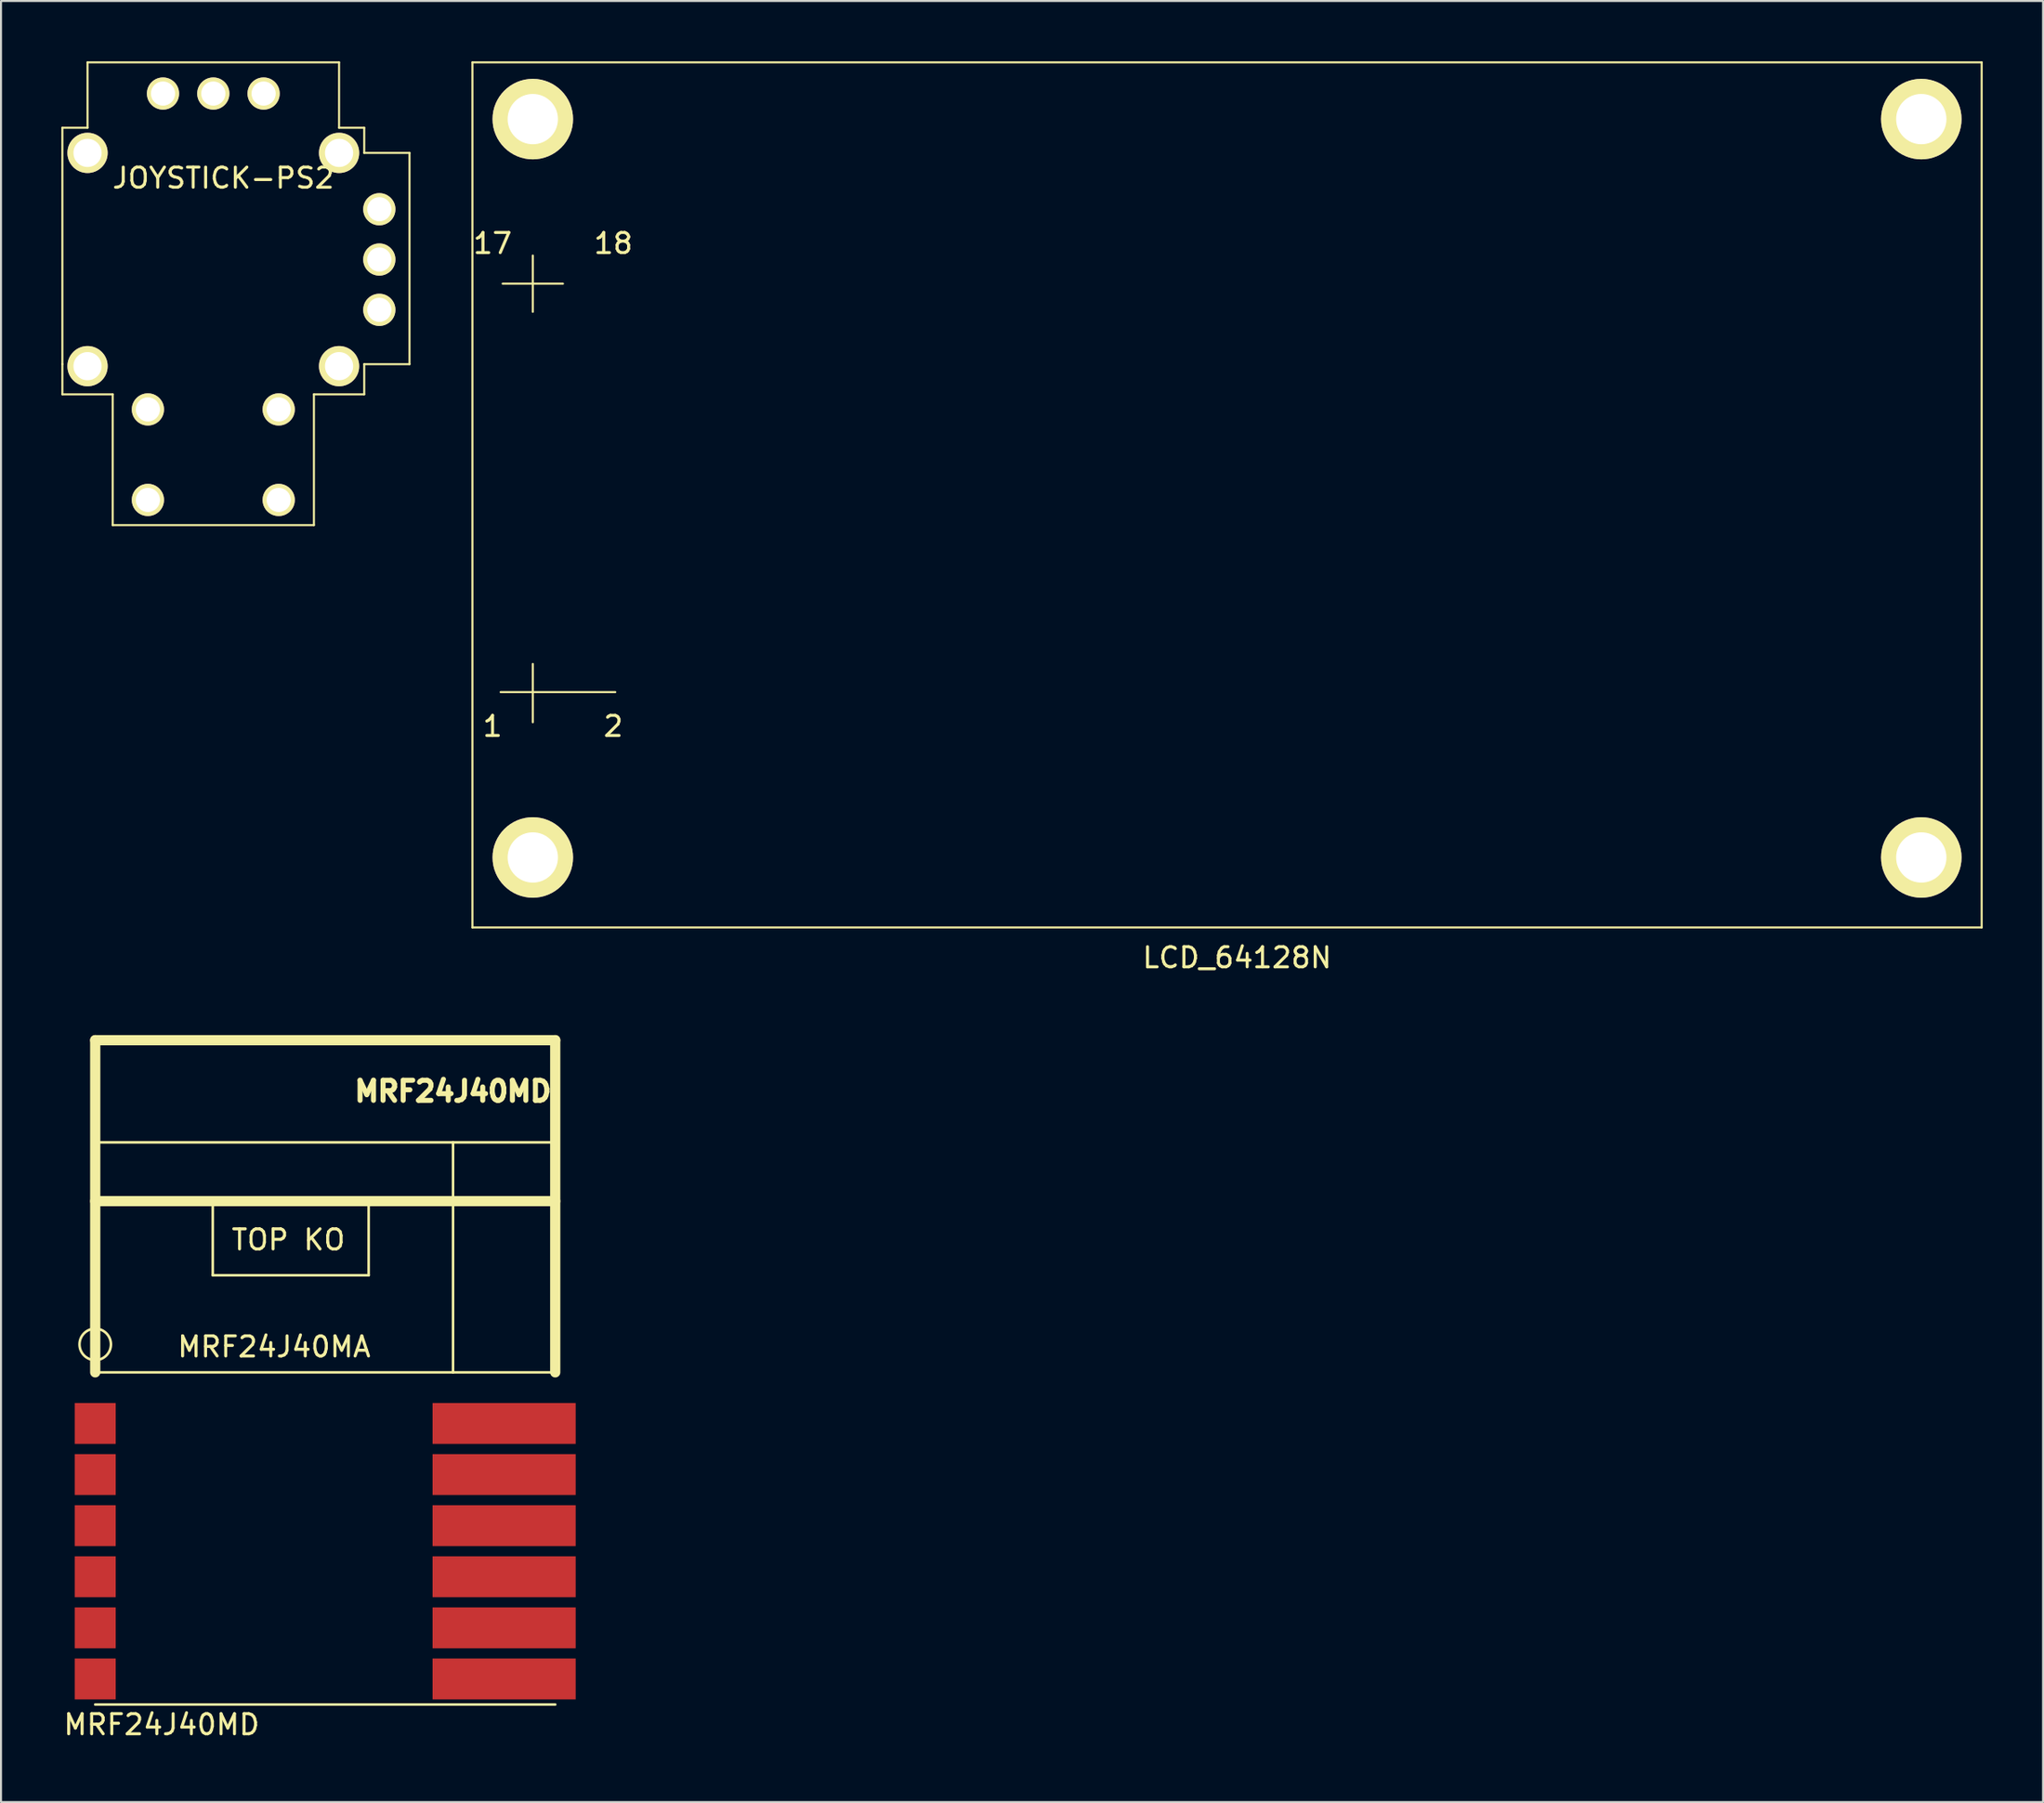
<source format=kicad_pcb>
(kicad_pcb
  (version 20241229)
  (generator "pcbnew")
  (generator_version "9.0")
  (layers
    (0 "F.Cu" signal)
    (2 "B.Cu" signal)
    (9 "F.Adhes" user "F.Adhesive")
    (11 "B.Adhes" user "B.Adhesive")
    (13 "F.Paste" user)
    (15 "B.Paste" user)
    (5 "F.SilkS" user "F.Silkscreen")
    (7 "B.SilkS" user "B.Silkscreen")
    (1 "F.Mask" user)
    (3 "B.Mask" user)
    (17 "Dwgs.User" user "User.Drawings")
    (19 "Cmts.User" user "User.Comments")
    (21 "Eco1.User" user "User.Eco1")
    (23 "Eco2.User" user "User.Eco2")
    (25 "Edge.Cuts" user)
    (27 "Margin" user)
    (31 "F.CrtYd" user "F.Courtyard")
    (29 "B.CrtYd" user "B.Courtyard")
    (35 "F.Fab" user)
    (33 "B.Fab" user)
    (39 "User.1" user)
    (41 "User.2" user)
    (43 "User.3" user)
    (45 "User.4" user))
  (footprint "MRF24J40MD"
    (layer "F.Cu")
    (at 1.682 81.672)
    (property "Reference" "MRF24J40MD" (at 3.3 1 0) (layer "F.SilkS") (effects (font (size 1 1) (thickness 0.15))))
    (attr through_hole)
    (fp_line (start 0 -33.02) (end 0 -16.51) (stroke (width 0.508) (type solid)) (layer "F.SilkS"))
    (fp_line (start 0 -33.02) (end 22.86 -33.02) (stroke (width 0.508) (type solid)) (layer "F.SilkS"))
    (fp_line (start 0 -27.94) (end 22.86 -27.94) (stroke (width 0.127) (type solid)) (layer "F.SilkS"))
    (fp_line (start 0 -25.019) (end 22.86 -25.019) (stroke (width 0.508) (type solid)) (layer "F.SilkS"))
    (fp_line (start 0 -16.51) (end 22.86 -16.51) (stroke (width 0.127) (type solid)) (layer "F.SilkS"))
    (fp_line (start 0 0) (end 22.86 0) (stroke (width 0.127) (type solid)) (layer "F.SilkS"))
    (fp_line (start 5.842 -25.019) (end 5.842 -21.336) (stroke (width 0.127) (type solid)) (layer "F.SilkS"))
    (fp_line (start 5.842 -21.336) (end 13.589 -21.336) (stroke (width 0.127) (type solid)) (layer "F.SilkS"))
    (fp_line (start 13.589 -25.019) (end 13.589 -21.336) (stroke (width 0.127) (type solid)) (layer "F.SilkS"))
    (fp_line (start 17.78 -27.94) (end 17.78 -16.51) (stroke (width 0.127) (type solid)) (layer "F.SilkS"))
    (fp_line (start 22.86 -33.02) (end 22.86 -16.51) (stroke (width 0.508) (type solid)) (layer "F.SilkS"))
    (fp_circle (center 0 -17.9) (end 0.6 -17.4) (stroke (width 0.127) (type solid)) (fill no) (layer "F.SilkS"))
    (fp_text user "MRF24J40MA" (at 8.89 -17.78 0) (layer "F.SilkS") (effects (font (size 1 1) (thickness 0.15))))
    (fp_text user "MRF24J40MD" (at 17.78 -30.48 0) (layer "F.SilkS") (effects (font (size 1 1) (thickness 0.25))))
    (fp_text user "TOP KO" (at 9.6 -23.1 0) (layer "F.SilkS") (effects (font (size 1 1) (thickness 0.15))))
    (pad "1" smd rect (at 0 -13.97) (size 2.032 2.032) (layers "F.Cu" "F.Mask" "F.Paste"))
    (pad "2" smd rect (at 0 -11.43) (size 2.032 2.032) (layers "F.Cu" "F.Mask" "F.Paste"))
    (pad "3" smd rect (at 0 -8.89) (size 2.032 2.032) (layers "F.Cu" "F.Mask" "F.Paste"))
    (pad "4" smd rect (at 0 -6.35) (size 2.032 2.032) (layers "F.Cu" "F.Mask" "F.Paste"))
    (pad "5" smd rect (at 0 -3.81) (size 2.032 2.032) (layers "F.Cu" "F.Mask" "F.Paste"))
    (pad "6" smd rect (at 0 -1.27) (size 2.032 2.032) (layers "F.Cu" "F.Mask" "F.Paste"))
    (pad "7" smd rect (at 20.32 -1.27) (size 7.112 2.032) (layers "F.Cu" "F.Mask" "F.Paste"))
    (pad "8" smd rect (at 20.32 -3.81) (size 7.112 2.032) (layers "F.Cu" "F.Mask" "F.Paste"))
    (pad "9" smd rect (at 20.32 -6.35) (size 7.112 2.032) (layers "F.Cu" "F.Mask" "F.Paste"))
    (pad "10" smd rect (at 20.32 -8.89) (size 7.112 2.032) (layers "F.Cu" "F.Mask" "F.Paste"))
    (pad "11" smd rect (at 20.32 -11.43) (size 7.112 2.032) (layers "F.Cu" "F.Mask" "F.Paste"))
    (pad "12" smd rect (at 20.32 -13.97) (size 7.112 2.032) (layers "F.Cu" "F.Mask" "F.Paste")))
  (footprint "JOYSTICK-PS2"
    (layer "F.Cu")
    (at 1.3 4.55)
    (property "Reference" "JOYSTICK-PS2" (at 6.75 1.25 0) (layer "F.SilkS") (effects (font (size 1 1) (thickness 0.15))))
    (attr through_hole)
    (fp_line (start -1.25 -1.25) (end 0 -1.25) (stroke (width 0.1) (type solid)) (layer "F.SilkS"))
    (fp_line (start -1.25 10.5) (end -1.25 -1.25) (stroke (width 0.1) (type solid)) (layer "F.SilkS"))
    (fp_line (start -1.25 12) (end -1.25 10.5) (stroke (width 0.1) (type solid)) (layer "F.SilkS"))
    (fp_line (start 0 -4.5) (end 12.5 -4.5) (stroke (width 0.1) (type solid)) (layer "F.SilkS"))
    (fp_line (start 0 -1.25) (end 0 -4.5) (stroke (width 0.1) (type solid)) (layer "F.SilkS"))
    (fp_line (start 1.25 12) (end -1.25 12) (stroke (width 0.1) (type solid)) (layer "F.SilkS"))
    (fp_line (start 1.25 18.5) (end 1.25 12) (stroke (width 0.1) (type solid)) (layer "F.SilkS"))
    (fp_line (start 11.25 12) (end 11.25 18.5) (stroke (width 0.1) (type solid)) (layer "F.SilkS"))
    (fp_line (start 11.25 18.5) (end 1.25 18.5) (stroke (width 0.1) (type solid)) (layer "F.SilkS"))
    (fp_line (start 12.5 -4.5) (end 12.5 -1.25) (stroke (width 0.1) (type solid)) (layer "F.SilkS"))
    (fp_line (start 12.5 -1.25) (end 13.75 -1.25) (stroke (width 0.1) (type solid)) (layer "F.SilkS"))
    (fp_line (start 13.75 -1.25) (end 13.75 0) (stroke (width 0.1) (type solid)) (layer "F.SilkS"))
    (fp_line (start 13.75 0) (end 16 0) (stroke (width 0.1) (type solid)) (layer "F.SilkS"))
    (fp_line (start 13.75 10.5) (end 13.75 12) (stroke (width 0.1) (type solid)) (layer "F.SilkS"))
    (fp_line (start 13.75 12) (end 11.25 12) (stroke (width 0.1) (type solid)) (layer "F.SilkS"))
    (fp_line (start 16 0) (end 16 10.5) (stroke (width 0.1) (type solid)) (layer "F.SilkS"))
    (fp_line (start 16 10.5) (end 13.75 10.5) (stroke (width 0.1) (type solid)) (layer "F.SilkS"))
    (pad "1" thru_hole circle (at 3.75 -2.95) (size 1.6 1.6) (drill 1.2) (layers "*.Cu" "*.Mask" "F.SilkS"))
    (pad "2" thru_hole circle (at 6.25 -2.95) (size 1.6 1.6) (drill 1.2) (layers "*.Cu" "*.Mask" "F.SilkS"))
    (pad "3" thru_hole circle (at 8.75 -2.95) (size 1.6 1.6) (drill 1.2) (layers "*.Cu" "*.Mask" "F.SilkS"))
    (pad "4" thru_hole circle (at 14.5 2.8) (size 1.6 1.6) (drill 1.2) (layers "*.Cu" "*.Mask" "F.SilkS"))
    (pad "5" thru_hole circle (at 14.5 5.3) (size 1.6 1.6) (drill 1.2) (layers "*.Cu" "*.Mask" "F.SilkS"))
    (pad "6" thru_hole circle (at 14.5 7.8) (size 1.6 1.6) (drill 1.2) (layers "*.Cu" "*.Mask" "F.SilkS"))
    (pad "7" thru_hole circle (at 3 12.75) (size 1.6 1.6) (drill 1.2) (layers "*.Cu" "*.Mask" "F.SilkS"))
    (pad "8" thru_hole circle (at 9.5 12.75) (size 1.6 1.6) (drill 1.2) (layers "*.Cu" "*.Mask" "F.SilkS"))
    (pad "9" thru_hole circle (at 3 17.25) (size 1.6 1.6) (drill 1.2) (layers "*.Cu" "*.Mask" "F.SilkS"))
    (pad "10" thru_hole circle (at 9.5 17.25) (size 1.6 1.6) (drill 1.2) (layers "*.Cu" "*.Mask" "F.SilkS"))
    (pad "11" thru_hole circle (at 0 0) (size 2 2) (drill 1.4) (layers "*.Cu" "*.Mask" "F.SilkS"))
    (pad "12" thru_hole circle (at 12.5 0) (size 2 2) (drill 1.4) (layers "*.Cu" "*.Mask" "F.SilkS"))
    (pad "13" thru_hole circle (at 0 10.6) (size 2 2) (drill 1.4) (layers "*.Cu" "*.Mask" "F.SilkS"))
    (pad "14" thru_hole circle (at 12.5 10.6) (size 2 2) (drill 1.4) (layers "*.Cu" "*.Mask" "F.SilkS")))
  (footprint "LCD_64128N"
    (layer "F.Cu")
    (at 23.427 11.05)
    (property "Reference" "LCD_64128N" (at 35 33.5 0) (layer "F.SilkS") (effects (font (size 1 1) (thickness 0.15))))
    (attr through_hole)
    (fp_line (start -3 -11) (end -3 32) (stroke (width 0.1) (type solid)) (layer "F.SilkS"))
    (fp_line (start -3 32) (end 72 32) (stroke (width 0.1) (type solid)) (layer "F.SilkS"))
    (fp_line (start -1.6 20.3) (end 4.1 20.3) (stroke (width 0.1) (type solid)) (layer "F.SilkS"))
    (fp_line (start -1.5 0) (end 1.5 0) (stroke (width 0.1) (type solid)) (layer "F.SilkS"))
    (fp_line (start 0 -1.4) (end 0 1.4) (stroke (width 0.1) (type solid)) (layer "F.SilkS"))
    (fp_line (start 0 18.9) (end 0 21.8) (stroke (width 0.1) (type solid)) (layer "F.SilkS"))
    (fp_line (start 72 -11) (end -3 -11) (stroke (width 0.1) (type solid)) (layer "F.SilkS"))
    (fp_line (start 72 32) (end 72 -11) (stroke (width 0.1) (type solid)) (layer "F.SilkS"))
    (fp_text user "2" (at 4 22 0) (layer "F.SilkS") (effects (font (size 1 1) (thickness 0.15))))
    (fp_text user "18" (at 4 -2 0) (layer "F.SilkS") (effects (font (size 1 1) (thickness 0.15))))
    (fp_text user "1" (at -2 22 0) (layer "F.SilkS") (effects (font (size 1 1) (thickness 0.15))))
    (fp_text user "17" (at -2 -2 0) (layer "F.SilkS") (effects (font (size 1 1) (thickness 0.15))))
    (pad "" np_thru_hole circle (at 0 -8.18) (size 4 4) (drill 2.5) (layers "*.Cu" "*.Mask" "F.SilkS"))
    (pad "" np_thru_hole circle (at 0 28.52) (size 4 4) (drill 2.5) (layers "*.Cu" "*.Mask" "F.SilkS"))
    (pad "" np_thru_hole circle (at 69 -8.18) (size 4 4) (drill 2.5) (layers "*.Cu" "*.Mask" "F.SilkS"))
    (pad "" np_thru_hole circle (at 69 28.52) (size 4 4) (drill 2.5) (layers "*.Cu" "*.Mask" "F.SilkS")))
  (gr_rect
    (start -3 -3)
    (end 98.477 86.52)
    (stroke (width 0.1) (type default))
    (fill no)
    (layer "Edge.Cuts")))
</source>
